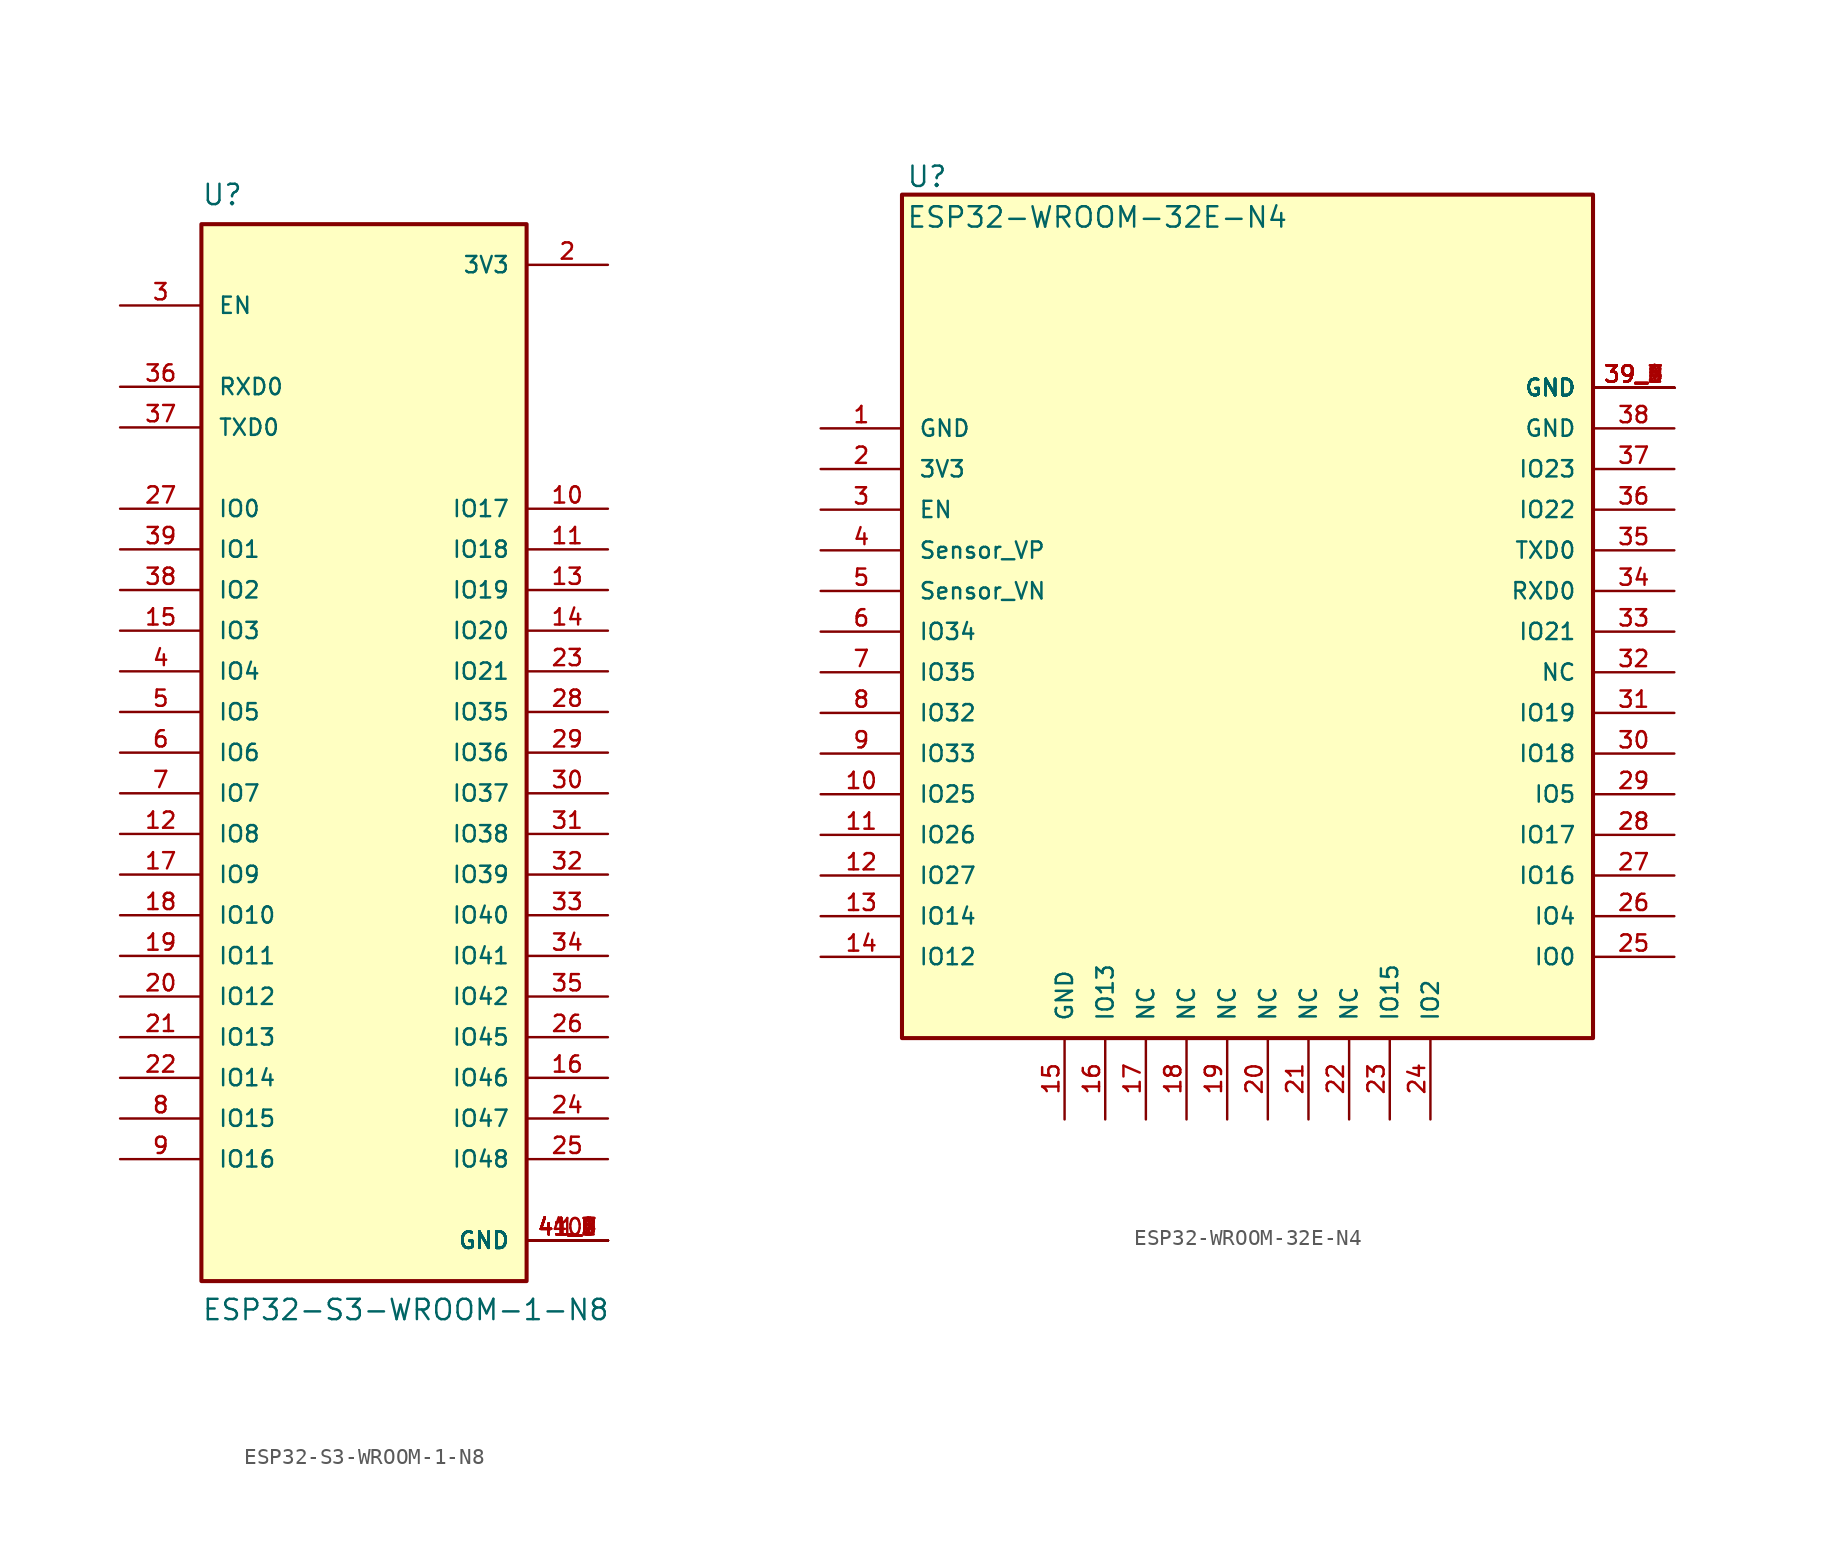
<source format=kicad_sym>
(kicad_symbol_lib
  (version 20241209)
  (generator "kicad_symbol_editor")
  (generator_version "9.0")
  (symbol "ESP32-S3-WROOM-1-N8"
    (pin_names
      (offset 1.016))
    (property "Reference" "U"
      (at -10.16 31.572 0)
      (effects (font (size 1.27 1.27)) (justify left bottom)))
    (property "Value" "ESP32-S3-WROOM-1-N8"
      (at -10.16 -38.1 0)
      (effects (font (size 1.27 1.27)) (justify left bottom)))
    (symbol "ESP32-S3-WROOM-1-N8_0_0"
      (rectangle (start -10.16 -35.56) (end 10.16 30.48) (stroke (width 0.254) (type default)) (fill (type background)))
      (pin input line (at -15.24 25.4 0) (length 5.08) (name "EN" (effects (font (size 1.016 1.016)))) (number "3" (effects (font (size 1.016 1.016)))))
      (pin bidirectional line (at -15.24 20.32 0) (length 5.08) (name "RXD0" (effects (font (size 1.016 1.016)))) (number "36" (effects (font (size 1.016 1.016)))))
      (pin bidirectional line (at -15.24 17.78 0) (length 5.08) (name "TXD0" (effects (font (size 1.016 1.016)))) (number "37" (effects (font (size 1.016 1.016)))))
      (pin bidirectional line (at -15.24 12.7 0) (length 5.08) (name "IO0" (effects (font (size 1.016 1.016)))) (number "27" (effects (font (size 1.016 1.016)))))
      (pin bidirectional line (at -15.24 10.16 0) (length 5.08) (name "IO1" (effects (font (size 1.016 1.016)))) (number "39" (effects (font (size 1.016 1.016)))))
      (pin bidirectional line (at -15.24 7.62 0) (length 5.08) (name "IO2" (effects (font (size 1.016 1.016)))) (number "38" (effects (font (size 1.016 1.016)))))
      (pin bidirectional line (at -15.24 5.08 0) (length 5.08) (name "IO3" (effects (font (size 1.016 1.016)))) (number "15" (effects (font (size 1.016 1.016)))))
      (pin bidirectional line (at -15.24 2.54 0) (length 5.08) (name "IO4" (effects (font (size 1.016 1.016)))) (number "4" (effects (font (size 1.016 1.016)))))
      (pin bidirectional line (at -15.24 0 0) (length 5.08) (name "IO5" (effects (font (size 1.016 1.016)))) (number "5" (effects (font (size 1.016 1.016)))))
      (pin bidirectional line (at -15.24 -2.54 0) (length 5.08) (name "IO6" (effects (font (size 1.016 1.016)))) (number "6" (effects (font (size 1.016 1.016)))))
      (pin bidirectional line (at -15.24 -5.08 0) (length 5.08) (name "IO7" (effects (font (size 1.016 1.016)))) (number "7" (effects (font (size 1.016 1.016)))))
      (pin bidirectional line (at -15.24 -7.62 0) (length 5.08) (name "IO8" (effects (font (size 1.016 1.016)))) (number "12" (effects (font (size 1.016 1.016)))))
      (pin bidirectional line (at -15.24 -10.16 0) (length 5.08) (name "IO9" (effects (font (size 1.016 1.016)))) (number "17" (effects (font (size 1.016 1.016)))))
      (pin bidirectional line (at -15.24 -12.7 0) (length 5.08) (name "IO10" (effects (font (size 1.016 1.016)))) (number "18" (effects (font (size 1.016 1.016)))))
      (pin bidirectional line (at -15.24 -15.24 0) (length 5.08) (name "IO11" (effects (font (size 1.016 1.016)))) (number "19" (effects (font (size 1.016 1.016)))))
      (pin bidirectional line (at -15.24 -17.78 0) (length 5.08) (name "IO12" (effects (font (size 1.016 1.016)))) (number "20" (effects (font (size 1.016 1.016)))))
      (pin bidirectional line (at -15.24 -20.32 0) (length 5.08) (name "IO13" (effects (font (size 1.016 1.016)))) (number "21" (effects (font (size 1.016 1.016)))))
      (pin bidirectional line (at -15.24 -22.86 0) (length 5.08) (name "IO14" (effects (font (size 1.016 1.016)))) (number "22" (effects (font (size 1.016 1.016)))))
      (pin bidirectional line (at -15.24 -25.4 0) (length 5.08) (name "IO15" (effects (font (size 1.016 1.016)))) (number "8" (effects (font (size 1.016 1.016)))))
      (pin bidirectional line (at -15.24 -27.94 0) (length 5.08) (name "IO16" (effects (font (size 1.016 1.016)))) (number "9" (effects (font (size 1.016 1.016)))))
      (pin power_in line (at 15.24 27.94 180) (length 5.08) (name "3V3" (effects (font (size 1.016 1.016)))) (number "2" (effects (font (size 1.016 1.016)))))
      (pin bidirectional line (at 15.24 12.7 180) (length 5.08) (name "IO17" (effects (font (size 1.016 1.016)))) (number "10" (effects (font (size 1.016 1.016)))))
      (pin bidirectional line (at 15.24 10.16 180) (length 5.08) (name "IO18" (effects (font (size 1.016 1.016)))) (number "11" (effects (font (size 1.016 1.016)))))
      (pin bidirectional line (at 15.24 7.62 180) (length 5.08) (name "IO19" (effects (font (size 1.016 1.016)))) (number "13" (effects (font (size 1.016 1.016)))))
      (pin bidirectional line (at 15.24 5.08 180) (length 5.08) (name "IO20" (effects (font (size 1.016 1.016)))) (number "14" (effects (font (size 1.016 1.016)))))
      (pin bidirectional line (at 15.24 2.54 180) (length 5.08) (name "IO21" (effects (font (size 1.016 1.016)))) (number "23" (effects (font (size 1.016 1.016)))))
      (pin bidirectional line (at 15.24 0 180) (length 5.08) (name "IO35" (effects (font (size 1.016 1.016)))) (number "28" (effects (font (size 1.016 1.016)))))
      (pin bidirectional line (at 15.24 -2.54 180) (length 5.08) (name "IO36" (effects (font (size 1.016 1.016)))) (number "29" (effects (font (size 1.016 1.016)))))
      (pin bidirectional line (at 15.24 -5.08 180) (length 5.08) (name "IO37" (effects (font (size 1.016 1.016)))) (number "30" (effects (font (size 1.016 1.016)))))
      (pin bidirectional line (at 15.24 -7.62 180) (length 5.08) (name "IO38" (effects (font (size 1.016 1.016)))) (number "31" (effects (font (size 1.016 1.016)))))
      (pin bidirectional line (at 15.24 -10.16 180) (length 5.08) (name "IO39" (effects (font (size 1.016 1.016)))) (number "32" (effects (font (size 1.016 1.016)))))
      (pin bidirectional line (at 15.24 -12.7 180) (length 5.08) (name "IO40" (effects (font (size 1.016 1.016)))) (number "33" (effects (font (size 1.016 1.016)))))
      (pin bidirectional line (at 15.24 -15.24 180) (length 5.08) (name "IO41" (effects (font (size 1.016 1.016)))) (number "34" (effects (font (size 1.016 1.016)))))
      (pin bidirectional line (at 15.24 -17.78 180) (length 5.08) (name "IO42" (effects (font (size 1.016 1.016)))) (number "35" (effects (font (size 1.016 1.016)))))
      (pin bidirectional line (at 15.24 -20.32 180) (length 5.08) (name "IO45" (effects (font (size 1.016 1.016)))) (number "26" (effects (font (size 1.016 1.016)))))
      (pin bidirectional line (at 15.24 -22.86 180) (length 5.08) (name "IO46" (effects (font (size 1.016 1.016)))) (number "16" (effects (font (size 1.016 1.016)))))
      (pin bidirectional line (at 15.24 -25.4 180) (length 5.08) (name "IO47" (effects (font (size 1.016 1.016)))) (number "24" (effects (font (size 1.016 1.016)))))
      (pin bidirectional line (at 15.24 -27.94 180) (length 5.08) (name "IO48" (effects (font (size 1.016 1.016)))) (number "25" (effects (font (size 1.016 1.016)))))
      (pin power_in line (at 15.24 -33.02 180) (length 5.08) (name "GND" (effects (font (size 1.016 1.016)))) (number "1" (effects (font (size 1.016 1.016)))))
      (pin power_in line (at 15.24 -33.02 180) (length 5.08) (name "GND" (effects (font (size 1.016 1.016)))) (number "40" (effects (font (size 1.016 1.016)))))
      (pin power_in line (at 15.24 -33.02 180) (length 5.08) (name "GND" (effects (font (size 1.016 1.016)))) (number "41_1" (effects (font (size 1.016 1.016)))))
      (pin power_in line (at 15.24 -33.02 180) (length 5.08) (name "GND" (effects (font (size 1.016 1.016)))) (number "41_2" (effects (font (size 1.016 1.016)))))
      (pin power_in line (at 15.24 -33.02 180) (length 5.08) (name "GND" (effects (font (size 1.016 1.016)))) (number "41_3" (effects (font (size 1.016 1.016)))))
      (pin power_in line (at 15.24 -33.02 180) (length 5.08) (name "GND" (effects (font (size 1.016 1.016)))) (number "41_4" (effects (font (size 1.016 1.016)))))
      (pin power_in line (at 15.24 -33.02 180) (length 5.08) (name "GND" (effects (font (size 1.016 1.016)))) (number "41_5" (effects (font (size 1.016 1.016)))))
      (pin power_in line (at 15.24 -33.02 180) (length 5.08) (name "GND" (effects (font (size 1.016 1.016)))) (number "41_6" (effects (font (size 1.016 1.016)))))
      (pin power_in line (at 15.24 -33.02 180) (length 5.08) (name "GND" (effects (font (size 1.016 1.016)))) (number "41_7" (effects (font (size 1.016 1.016)))))
      (pin power_in line (at 15.24 -33.02 180) (length 5.08) (name "GND" (effects (font (size 1.016 1.016)))) (number "41_8" (effects (font (size 1.016 1.016)))))
      (pin power_in line (at 15.24 -33.02 180) (length 5.08) (name "GND" (effects (font (size 1.016 1.016)))) (number "41_9" (effects (font (size 1.016 1.016)))))))
  (symbol "ESP32-WROOM-32E-N4"
    (pin_names
      (offset 1.016))
    (property "Reference" "U"
      (at 5.334 14.986 0)
      (effects (font (size 1.27 1.27)) (justify left bottom)))
    (property "Value" "ESP32-WROOM-32E-N4"
      (at 5.334 12.446 0)
      (effects (font (size 1.27 1.27)) (justify left bottom)))
    (symbol "ESP32-WROOM-32E-N4_0_0"
      (rectangle (start 5.08 14.605) (end 48.26 -38.1) (stroke (width 0.254) (type default)) (fill (type background)))
      (pin passive line (at 0 0 0) (length 5.08) (name "GND" (effects (font (size 1.016 1.016)))) (number "1" (effects (font (size 1.016 1.016)))))
      (pin passive line (at 0 -2.54 0) (length 5.08) (name "3V3" (effects (font (size 1.016 1.016)))) (number "2" (effects (font (size 1.016 1.016)))))
      (pin passive line (at 0 -5.08 0) (length 5.08) (name "EN" (effects (font (size 1.016 1.016)))) (number "3" (effects (font (size 1.016 1.016)))))
      (pin passive line (at 53.34 2.54 180) (length 5.08) (name "GND" (effects (font (size 1.016 1.016)))) (number "39_1" (effects (font (size 1.016 1.016)))))
      (pin passive line (at 53.34 2.54 180) (length 5.08) (name "GND" (effects (font (size 1.016 1.016)))) (number "39_2" (effects (font (size 1.016 1.016)))))
      (pin passive line (at 53.34 2.54 180) (length 5.08) (name "GND" (effects (font (size 1.016 1.016)))) (number "39_3" (effects (font (size 1.016 1.016)))))
      (pin passive line (at 53.34 2.54 180) (length 5.08) (name "GND" (effects (font (size 1.016 1.016)))) (number "39_4" (effects (font (size 1.016 1.016)))))
      (pin passive line (at 53.34 2.54 180) (length 5.08) (name "GND" (effects (font (size 1.016 1.016)))) (number "39_5" (effects (font (size 1.016 1.016)))))
      (pin passive line (at 53.34 2.54 180) (length 5.08) (name "GND" (effects (font (size 1.016 1.016)))) (number "39_6" (effects (font (size 1.016 1.016)))))
      (pin passive line (at 53.34 2.54 180) (length 5.08) (name "GND" (effects (font (size 1.016 1.016)))) (number "39_7" (effects (font (size 1.016 1.016)))))
      (pin passive line (at 53.34 2.54 180) (length 5.08) (name "GND" (effects (font (size 1.016 1.016)))) (number "39_8" (effects (font (size 1.016 1.016)))))
      (pin passive line (at 53.34 2.54 180) (length 5.08) (name "GND" (effects (font (size 1.016 1.016)))) (number "39_9" (effects (font (size 1.016 1.016))))))
    (symbol "ESP32-WROOM-32E-N4_1_0"
      (pin passive line (at 0 -7.62 0) (length 5.08) (name "Sensor_VP" (effects (font (size 1.016 1.016)))) (number "4" (effects (font (size 1.016 1.016)))))
      (pin passive line (at 0 -10.16 0) (length 5.08) (name "Sensor_VN" (effects (font (size 1.016 1.016)))) (number "5" (effects (font (size 1.016 1.016)))))
      (pin passive line (at 0 -12.7 0) (length 5.08) (name "IO34" (effects (font (size 1.016 1.016)))) (number "6" (effects (font (size 1.016 1.016)))))
      (pin passive line (at 0 -15.24 0) (length 5.08) (name "IO35" (effects (font (size 1.016 1.016)))) (number "7" (effects (font (size 1.016 1.016)))))
      (pin passive line (at 0 -17.78 0) (length 5.08) (name "IO32" (effects (font (size 1.016 1.016)))) (number "8" (effects (font (size 1.016 1.016)))))
      (pin passive line (at 0 -20.32 0) (length 5.08) (name "IO33" (effects (font (size 1.016 1.016)))) (number "9" (effects (font (size 1.016 1.016)))))
      (pin passive line (at 0 -22.86 0) (length 5.08) (name "IO25" (effects (font (size 1.016 1.016)))) (number "10" (effects (font (size 1.016 1.016)))))
      (pin passive line (at 0 -25.4 0) (length 5.08) (name "IO26" (effects (font (size 1.016 1.016)))) (number "11" (effects (font (size 1.016 1.016)))))
      (pin passive line (at 0 -27.94 0) (length 5.08) (name "IO27" (effects (font (size 1.016 1.016)))) (number "12" (effects (font (size 1.016 1.016)))))
      (pin passive line (at 0 -30.48 0) (length 5.08) (name "IO14" (effects (font (size 1.016 1.016)))) (number "13" (effects (font (size 1.016 1.016)))))
      (pin passive line (at 0 -33.02 0) (length 5.08) (name "IO12" (effects (font (size 1.016 1.016)))) (number "14" (effects (font (size 1.016 1.016)))))
      (pin passive line (at 15.24 -43.18 90) (length 5.08) (name "GND" (effects (font (size 1.016 1.016)))) (number "15" (effects (font (size 1.016 1.016)))))
      (pin passive line (at 17.78 -43.18 90) (length 5.08) (name "IO13" (effects (font (size 1.016 1.016)))) (number "16" (effects (font (size 1.016 1.016)))))
      (pin passive line (at 20.32 -43.18 90) (length 5.08) (name "NC" (effects (font (size 1.016 1.016)))) (number "17" (effects (font (size 1.016 1.016)))))
      (pin passive line (at 22.86 -43.18 90) (length 5.08) (name "NC" (effects (font (size 1.016 1.016)))) (number "18" (effects (font (size 1.016 1.016)))))
      (pin passive line (at 25.4 -43.18 90) (length 5.08) (name "NC" (effects (font (size 1.016 1.016)))) (number "19" (effects (font (size 1.016 1.016)))))
      (pin passive line (at 27.94 -43.18 90) (length 5.08) (name "NC" (effects (font (size 1.016 1.016)))) (number "20" (effects (font (size 1.016 1.016)))))
      (pin passive line (at 30.48 -43.18 90) (length 5.08) (name "NC" (effects (font (size 1.016 1.016)))) (number "21" (effects (font (size 1.016 1.016)))))
      (pin passive line (at 33.02 -43.18 90) (length 5.08) (name "NC" (effects (font (size 1.016 1.016)))) (number "22" (effects (font (size 1.016 1.016)))))
      (pin passive line (at 35.56 -43.18 90) (length 5.08) (name "IO15" (effects (font (size 1.016 1.016)))) (number "23" (effects (font (size 1.016 1.016)))))
      (pin passive line (at 38.1 -43.18 90) (length 5.08) (name "IO2" (effects (font (size 1.016 1.016)))) (number "24" (effects (font (size 1.016 1.016)))))
      (pin passive line (at 53.34 0 180) (length 5.08) (name "GND" (effects (font (size 1.016 1.016)))) (number "38" (effects (font (size 1.016 1.016)))))
      (pin passive line (at 53.34 -2.54 180) (length 5.08) (name "IO23" (effects (font (size 1.016 1.016)))) (number "37" (effects (font (size 1.016 1.016)))))
      (pin passive line (at 53.34 -5.08 180) (length 5.08) (name "IO22" (effects (font (size 1.016 1.016)))) (number "36" (effects (font (size 1.016 1.016)))))
      (pin passive line (at 53.34 -7.62 180) (length 5.08) (name "TXD0" (effects (font (size 1.016 1.016)))) (number "35" (effects (font (size 1.016 1.016)))))
      (pin passive line (at 53.34 -10.16 180) (length 5.08) (name "RXD0" (effects (font (size 1.016 1.016)))) (number "34" (effects (font (size 1.016 1.016)))))
      (pin passive line (at 53.34 -12.7 180) (length 5.08) (name "IO21" (effects (font (size 1.016 1.016)))) (number "33" (effects (font (size 1.016 1.016)))))
      (pin passive line (at 53.34 -15.24 180) (length 5.08) (name "NC" (effects (font (size 1.016 1.016)))) (number "32" (effects (font (size 1.016 1.016)))))
      (pin passive line (at 53.34 -17.78 180) (length 5.08) (name "IO19" (effects (font (size 1.016 1.016)))) (number "31" (effects (font (size 1.016 1.016)))))
      (pin passive line (at 53.34 -20.32 180) (length 5.08) (name "IO18" (effects (font (size 1.016 1.016)))) (number "30" (effects (font (size 1.016 1.016)))))
      (pin passive line (at 53.34 -22.86 180) (length 5.08) (name "IO5" (effects (font (size 1.016 1.016)))) (number "29" (effects (font (size 1.016 1.016)))))
      (pin passive line (at 53.34 -25.4 180) (length 5.08) (name "IO17" (effects (font (size 1.016 1.016)))) (number "28" (effects (font (size 1.016 1.016)))))
      (pin passive line (at 53.34 -27.94 180) (length 5.08) (name "IO16" (effects (font (size 1.016 1.016)))) (number "27" (effects (font (size 1.016 1.016)))))
      (pin passive line (at 53.34 -30.48 180) (length 5.08) (name "IO4" (effects (font (size 1.016 1.016)))) (number "26" (effects (font (size 1.016 1.016)))))
      (pin passive line (at 53.34 -33.02 180) (length 5.08) (name "IO0" (effects (font (size 1.016 1.016)))) (number "25" (effects (font (size 1.016 1.016))))))))
</source>
